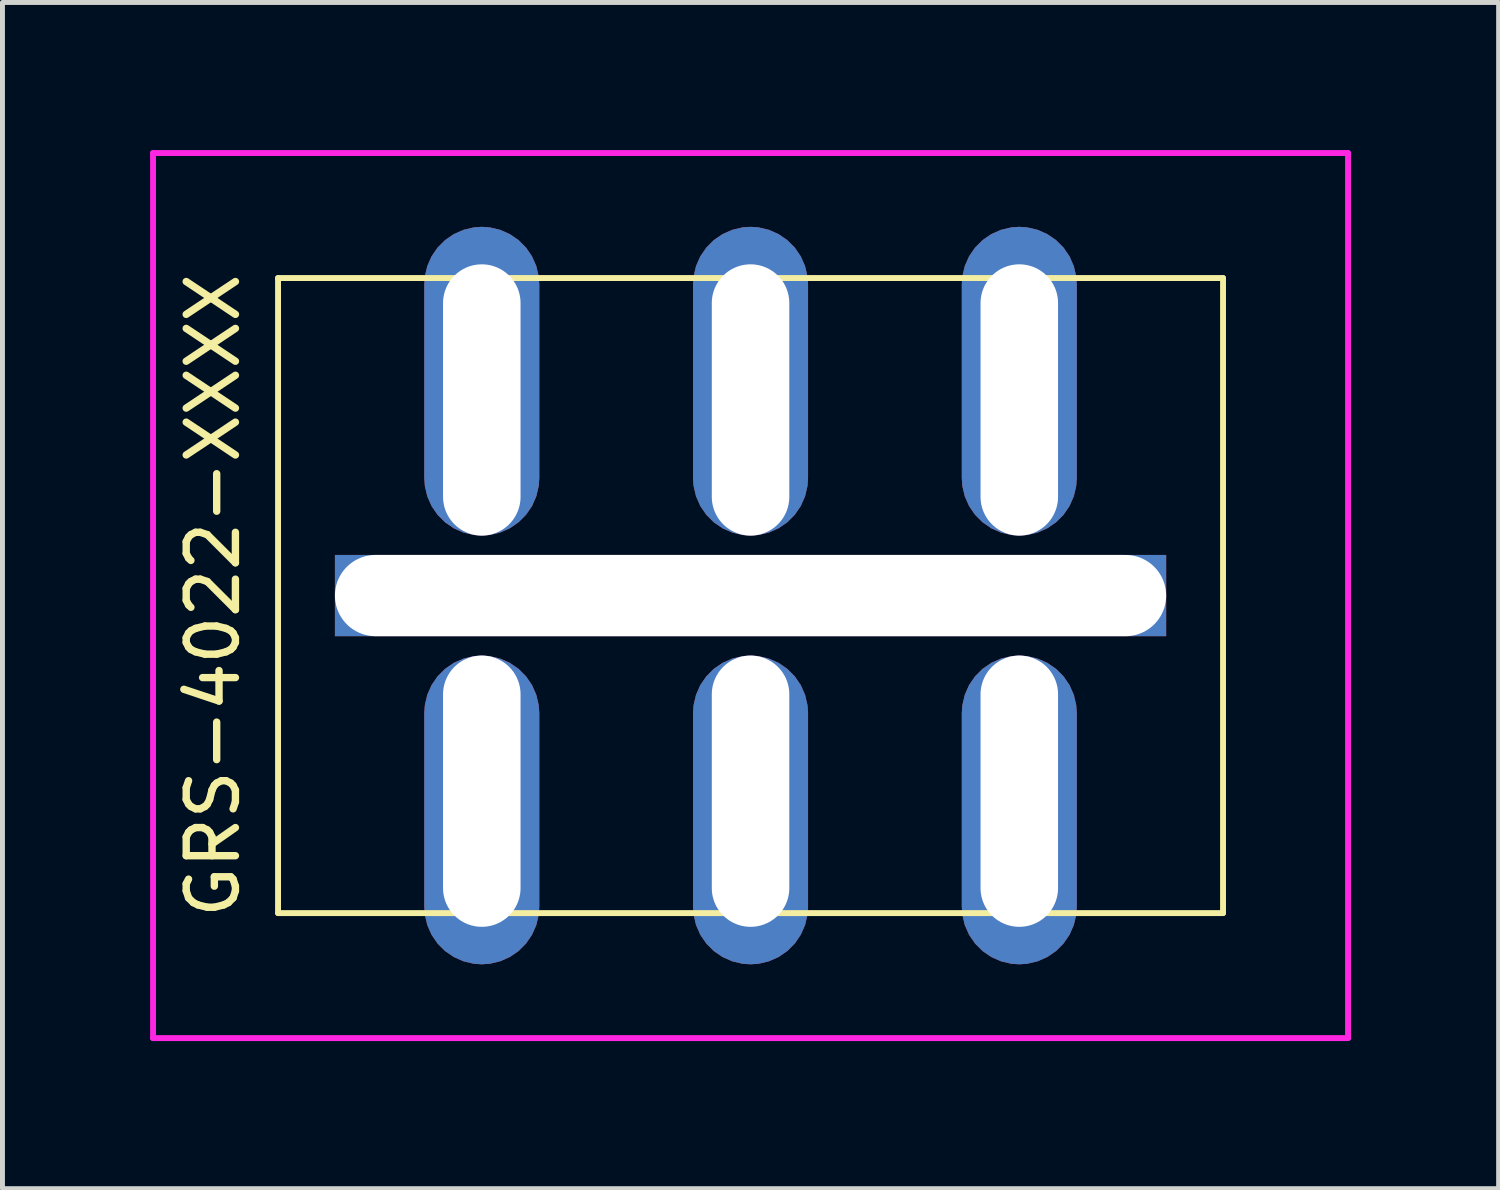
<source format=kicad_pcb>
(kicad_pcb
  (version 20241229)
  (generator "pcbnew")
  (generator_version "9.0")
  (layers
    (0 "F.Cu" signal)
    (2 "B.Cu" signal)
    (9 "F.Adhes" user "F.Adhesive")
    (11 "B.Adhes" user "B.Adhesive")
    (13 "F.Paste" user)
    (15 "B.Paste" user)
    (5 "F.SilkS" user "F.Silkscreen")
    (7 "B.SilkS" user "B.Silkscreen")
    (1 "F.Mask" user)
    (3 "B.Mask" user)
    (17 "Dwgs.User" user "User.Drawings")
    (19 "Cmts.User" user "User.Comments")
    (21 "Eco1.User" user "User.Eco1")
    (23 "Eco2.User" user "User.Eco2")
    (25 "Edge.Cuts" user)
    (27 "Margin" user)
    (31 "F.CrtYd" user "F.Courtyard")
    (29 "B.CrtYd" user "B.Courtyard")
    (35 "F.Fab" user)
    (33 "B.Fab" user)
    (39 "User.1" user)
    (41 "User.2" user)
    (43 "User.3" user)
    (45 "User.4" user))
  (footprint "GRS-4022-XXXX"
    (layer "F.Cu")
    (at 12.201 9.052)
    (property "Reference" "GRS-4022-XXXX" (at -10.922 0 90) (layer "F.SilkS") (effects (font (size 1 1) (thickness 0.15))))
    (attr through_hole)
    (fp_line (start -9.601 -6.452) (end -9.601 6.452) (stroke (width 0.12) (type solid)) (layer "F.SilkS"))
    (fp_line (start -9.601 -6.452) (end 9.601 -6.452) (stroke (width 0.12) (type solid)) (layer "F.SilkS"))
    (fp_line (start -9.601 6.452) (end 9.601 6.452) (stroke (width 0.12) (type solid)) (layer "F.SilkS"))
    (fp_line (start 9.601 -6.452) (end 9.601 6.452) (stroke (width 0.12) (type solid)) (layer "F.SilkS"))
    (fp_line (start -12.141 -8.992) (end -12.141 8.992) (stroke (width 0.12) (type solid)) (layer "F.CrtYd"))
    (fp_line (start -12.141 -8.992) (end 12.141 -8.992) (stroke (width 0.12) (type solid)) (layer "F.CrtYd"))
    (fp_line (start -12.141 8.992) (end 12.141 8.992) (stroke (width 0.12) (type solid)) (layer "F.CrtYd"))
    (fp_line (start 12.141 -8.992) (end 12.141 8.992) (stroke (width 0.12) (type solid)) (layer "F.CrtYd"))
    (pad "" np_thru_hole rect (at 0 0) (size 16.891 1.651) (drill oval 16.891 1.651) (layers "*.Cu"))
    (pad "1" thru_hole roundrect (at 0 -3.975) (size 2.337 6.274) (drill oval 1.575 5.512 (offset 0 -0.381)) (layers "*.Cu" "*.Mask") (roundrect_rratio 0.5))
    (pad "1a" thru_hole roundrect (at -5.461 -3.975) (size 2.337 6.274) (drill oval 1.575 5.512 (offset 0 -0.381)) (layers "*.Cu" "*.Mask") (roundrect_rratio 0.5))
    (pad "1b" thru_hole roundrect (at 5.461 -3.975) (size 2.337 6.274) (drill oval 1.575 5.512 (offset 0 -0.381)) (layers "*.Cu" "*.Mask") (roundrect_rratio 0.5))
    (pad "2" thru_hole roundrect (at 0 3.975) (size 2.337 6.274) (drill oval 1.575 5.512 (offset 0 0.381)) (layers "*.Cu" "*.Mask") (roundrect_rratio 0.5))
    (pad "2a" thru_hole roundrect (at -5.461 3.975) (size 2.337 6.274) (drill oval 1.575 5.512 (offset 0 0.381)) (layers "*.Cu" "*.Mask") (roundrect_rratio 0.5))
    (pad "2b" thru_hole roundrect (at 5.461 3.975) (size 2.337 6.274) (drill oval 1.575 5.512 (offset 0 0.381)) (layers "*.Cu" "*.Mask") (roundrect_rratio 0.5)))
  (gr_rect
    (start -3 -3)
    (end 27.402 21.103)
    (stroke (width 0.1) (type default))
    (fill no)
    (layer "Edge.Cuts")))
</source>
